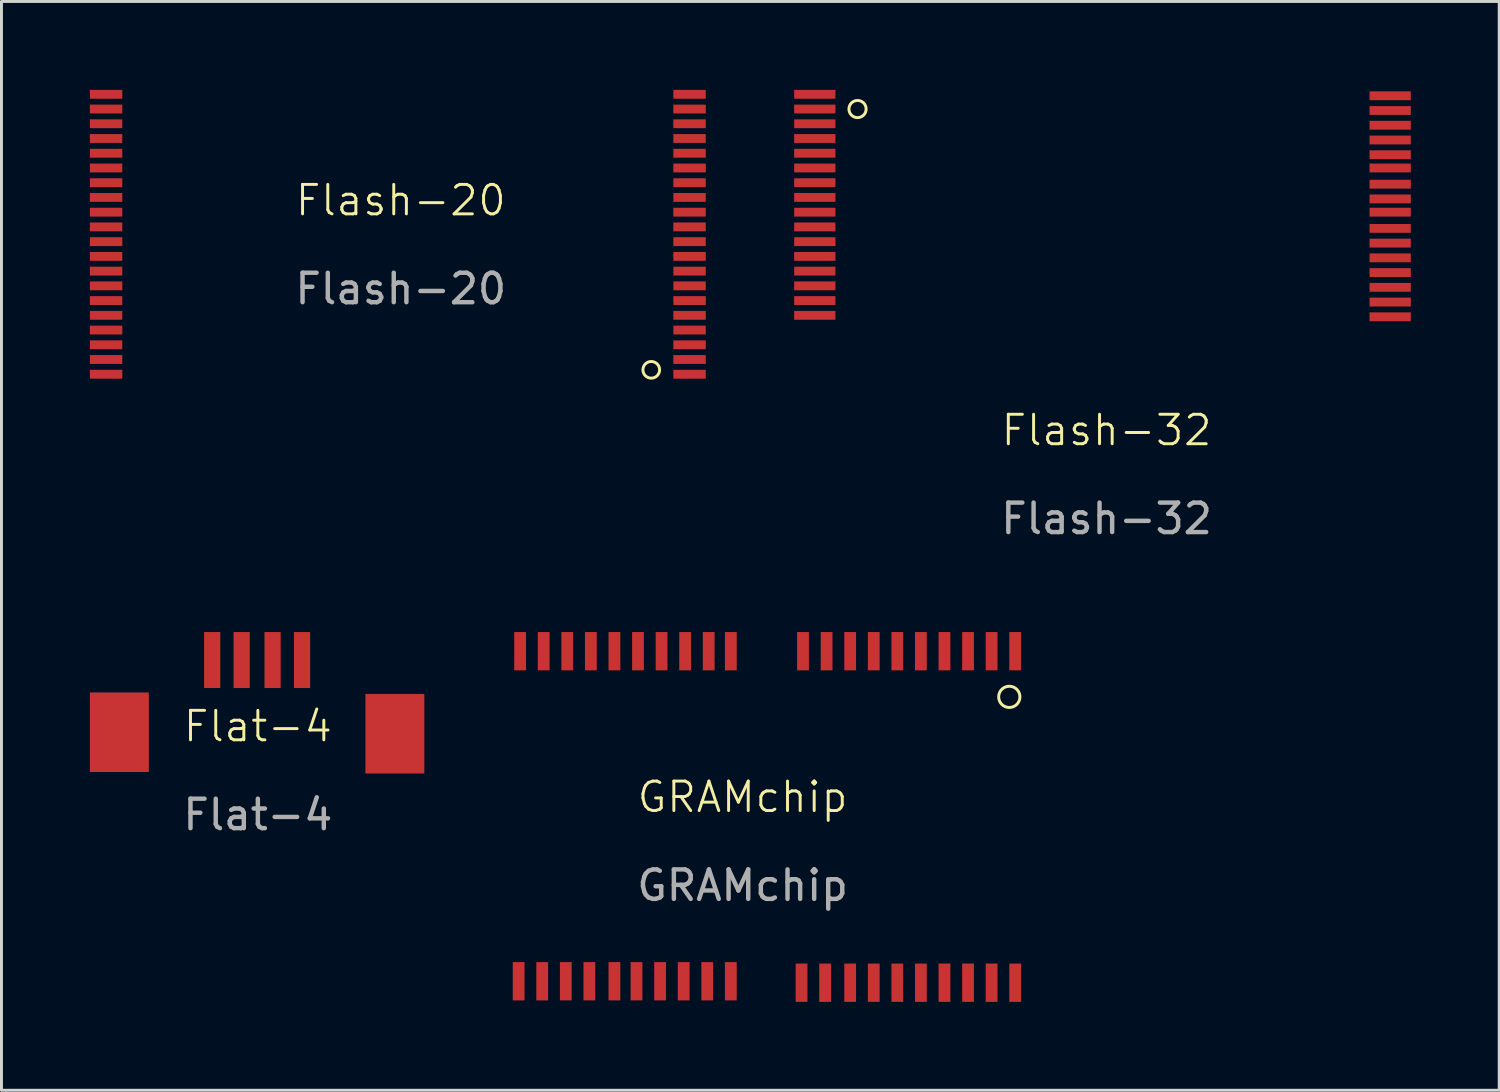
<source format=kicad_pcb>
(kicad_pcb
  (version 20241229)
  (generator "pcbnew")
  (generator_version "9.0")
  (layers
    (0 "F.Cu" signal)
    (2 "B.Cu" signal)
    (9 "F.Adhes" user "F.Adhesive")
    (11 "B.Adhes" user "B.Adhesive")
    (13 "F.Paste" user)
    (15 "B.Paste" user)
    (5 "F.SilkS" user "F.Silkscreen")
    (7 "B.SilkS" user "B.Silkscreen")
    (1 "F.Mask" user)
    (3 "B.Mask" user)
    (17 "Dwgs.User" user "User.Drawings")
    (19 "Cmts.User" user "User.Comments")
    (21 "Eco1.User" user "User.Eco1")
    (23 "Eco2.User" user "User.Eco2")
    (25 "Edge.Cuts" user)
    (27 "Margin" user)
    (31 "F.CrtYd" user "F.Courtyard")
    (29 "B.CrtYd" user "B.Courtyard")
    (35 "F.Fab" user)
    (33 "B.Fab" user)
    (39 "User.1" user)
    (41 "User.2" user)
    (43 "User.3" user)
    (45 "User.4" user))
  (footprint "Flash-20"
    (layer "F.Cu")
    (at 10.55 4.25)
    (property "Reference" "Flash-20" (at 0 -0.5 0) (unlocked yes) (layer "F.SilkS") (effects (font (size 1 1) (thickness 0.1))))
    (attr smd)
    (fp_circle (center 8.5 5.25) (end 8.3 5.05) (stroke (width 0.1) (type default)) (fill no) (layer "F.SilkS"))
    (fp_text user "${REFERENCE}" (at 0 2.5 0) (unlocked yes) (layer "F.Fab") (effects (font (size 1 1) (thickness 0.15))))
    (pad "1" smd rect (at 9.8 5.4 270) (size 0.3 1.1) (layers "F.Cu" "F.Mask" "F.Paste"))
    (pad "2" smd rect (at 9.8 4.9 270) (size 0.3 1.1) (layers "F.Cu" "F.Mask" "F.Paste"))
    (pad "3" smd rect (at 9.8 4.4 270) (size 0.3 1.1) (layers "F.Cu" "F.Mask" "F.Paste"))
    (pad "4" smd rect (at 9.8 3.9 270) (size 0.3 1.1) (layers "F.Cu" "F.Mask" "F.Paste"))
    (pad "5" smd rect (at 9.8 3.4 270) (size 0.3 1.1) (layers "F.Cu" "F.Mask" "F.Paste"))
    (pad "6" smd rect (at 9.8 2.9 270) (size 0.3 1.1) (layers "F.Cu" "F.Mask" "F.Paste"))
    (pad "7" smd rect (at 9.8 2.4 270) (size 0.3 1.1) (layers "F.Cu" "F.Mask" "F.Paste"))
    (pad "8" smd rect (at 9.8 1.9 270) (size 0.3 1.1) (layers "F.Cu" "F.Mask" "F.Paste"))
    (pad "9" smd rect (at 9.8 1.4 270) (size 0.3 1.1) (layers "F.Cu" "F.Mask" "F.Paste"))
    (pad "10" smd rect (at 9.8 0.9 270) (size 0.3 1.1) (layers "F.Cu" "F.Mask" "F.Paste"))
    (pad "11" smd rect (at 9.8 0.4 270) (size 0.3 1.1) (layers "F.Cu" "F.Mask" "F.Paste"))
    (pad "12" smd rect (at 9.8 -0.1 270) (size 0.3 1.1) (layers "F.Cu" "F.Mask" "F.Paste"))
    (pad "13" smd rect (at 9.8 -0.6 270) (size 0.3 1.1) (layers "F.Cu" "F.Mask" "F.Paste"))
    (pad "14" smd rect (at 9.8 -1.1 270) (size 0.3 1.1) (layers "F.Cu" "F.Mask" "F.Paste"))
    (pad "15" smd rect (at 9.8 -1.6 270) (size 0.3 1.1) (layers "F.Cu" "F.Mask" "F.Paste"))
    (pad "16" smd rect (at 9.8 -2.1 270) (size 0.3 1.1) (layers "F.Cu" "F.Mask" "F.Paste"))
    (pad "17" smd rect (at 9.8 -2.6 270) (size 0.3 1.1) (layers "F.Cu" "F.Mask" "F.Paste"))
    (pad "18" smd rect (at 9.8 -3.1 270) (size 0.3 1.1) (layers "F.Cu" "F.Mask" "F.Paste"))
    (pad "19" smd rect (at 9.8 -3.6 270) (size 0.3 1.1) (layers "F.Cu" "F.Mask" "F.Paste"))
    (pad "20" smd rect (at 9.8 -4.1 270) (size 0.3 1.1) (layers "F.Cu" "F.Mask" "F.Paste"))
    (pad "21" smd rect (at -10 -4.1 270) (size 0.3 1.1) (layers "F.Cu" "F.Mask" "F.Paste"))
    (pad "22" smd rect (at -10 -3.6 270) (size 0.3 1.1) (layers "F.Cu" "F.Mask" "F.Paste"))
    (pad "23" smd rect (at -10 -3.1 270) (size 0.3 1.1) (layers "F.Cu" "F.Mask" "F.Paste"))
    (pad "24" smd rect (at -10 -2.6 270) (size 0.3 1.1) (layers "F.Cu" "F.Mask" "F.Paste"))
    (pad "25" smd rect (at -10 -2.1 270) (size 0.3 1.1) (layers "F.Cu" "F.Mask" "F.Paste"))
    (pad "26" smd rect (at -10 -1.6 270) (size 0.3 1.1) (layers "F.Cu" "F.Mask" "F.Paste"))
    (pad "27" smd rect (at -10 -1.1 270) (size 0.3 1.1) (layers "F.Cu" "F.Mask" "F.Paste"))
    (pad "28" smd rect (at -10 -0.6 270) (size 0.3 1.1) (layers "F.Cu" "F.Mask" "F.Paste"))
    (pad "29" smd rect (at -10 -0.1 270) (size 0.3 1.1) (layers "F.Cu" "F.Mask" "F.Paste"))
    (pad "30" smd rect (at -10 0.4 270) (size 0.3 1.1) (layers "F.Cu" "F.Mask" "F.Paste"))
    (pad "31" smd rect (at -10 0.9 270) (size 0.3 1.1) (layers "F.Cu" "F.Mask" "F.Paste"))
    (pad "32" smd rect (at -10 1.4 270) (size 0.3 1.1) (layers "F.Cu" "F.Mask" "F.Paste"))
    (pad "33" smd rect (at -10 1.9 270) (size 0.3 1.1) (layers "F.Cu" "F.Mask" "F.Paste"))
    (pad "34" smd rect (at -10 2.4 270) (size 0.3 1.1) (layers "F.Cu" "F.Mask" "F.Paste"))
    (pad "35" smd rect (at -10 2.9 270) (size 0.3 1.1) (layers "F.Cu" "F.Mask" "F.Paste"))
    (pad "36" smd rect (at -10 3.4 270) (size 0.3 1.1) (layers "F.Cu" "F.Mask" "F.Paste"))
    (pad "37" smd rect (at -10 3.9 270) (size 0.3 1.1) (layers "F.Cu" "F.Mask" "F.Paste"))
    (pad "38" smd rect (at -10 4.4 270) (size 0.3 1.1) (layers "F.Cu" "F.Mask" "F.Paste"))
    (pad "39" smd rect (at -10 4.9 270) (size 0.3 1.1) (layers "F.Cu" "F.Mask" "F.Paste"))
    (pad "40" smd rect (at -10 5.4 270) (size 0.3 1.1) (layers "F.Cu" "F.Mask" "F.Paste")))
  (footprint "Flash-32"
    (layer "F.Cu")
    (at 34.6 4.35)
    (property "Reference" "Flash-32" (at -0.1 7.2 0) (unlocked yes) (layer "F.SilkS") (effects (font (size 1 1) (thickness 0.1))))
    (attr smd)
    (fp_circle (center -8.55 -3.7) (end -8.4 -3.95) (stroke (width 0.1) (type default)) (fill no) (layer "F.SilkS"))
    (fp_text user "${REFERENCE}" (at -0.1 10.2 0) (unlocked yes) (layer "F.Fab") (effects (font (size 1 1) (thickness 0.15))))
    (pad "1" smd rect (at -10 -4.2) (size 1.4 0.3) (layers "F.Cu" "F.Mask" "F.Paste"))
    (pad "2" smd rect (at -10 -3.7) (size 1.4 0.3) (layers "F.Cu" "F.Mask" "F.Paste"))
    (pad "3" smd rect (at -10 -3.2) (size 1.4 0.3) (layers "F.Cu" "F.Mask" "F.Paste"))
    (pad "4" smd rect (at -10 -2.7) (size 1.4 0.3) (layers "F.Cu" "F.Mask" "F.Paste"))
    (pad "5" smd rect (at -10 -2.2) (size 1.4 0.3) (layers "F.Cu" "F.Mask" "F.Paste"))
    (pad "6" smd rect (at -10 -1.7) (size 1.4 0.3) (layers "F.Cu" "F.Mask" "F.Paste"))
    (pad "7" smd rect (at -10 -1.2) (size 1.4 0.3) (layers "F.Cu" "F.Mask" "F.Paste"))
    (pad "8" smd rect (at -10 -0.7) (size 1.4 0.3) (layers "F.Cu" "F.Mask" "F.Paste"))
    (pad "9" smd rect (at -10 -0.2) (size 1.4 0.3) (layers "F.Cu" "F.Mask" "F.Paste"))
    (pad "10" smd rect (at -10 0.3) (size 1.4 0.3) (layers "F.Cu" "F.Mask" "F.Paste"))
    (pad "11" smd rect (at -10 0.8) (size 1.4 0.3) (layers "F.Cu" "F.Mask" "F.Paste"))
    (pad "12" smd rect (at -10 1.3) (size 1.4 0.3) (layers "F.Cu" "F.Mask" "F.Paste"))
    (pad "13" smd rect (at -10 1.8) (size 1.4 0.3) (layers "F.Cu" "F.Mask" "F.Paste"))
    (pad "14" smd rect (at -10 2.3) (size 1.4 0.3) (layers "F.Cu" "F.Mask" "F.Paste"))
    (pad "15" smd rect (at -10 2.8) (size 1.4 0.3) (layers "F.Cu" "F.Mask" "F.Paste"))
    (pad "16" smd rect (at -10 3.3) (size 1.4 0.3) (layers "F.Cu" "F.Mask" "F.Paste"))
    (pad "17" smd rect (at 9.525 3.35) (size 1.4 0.3) (layers "F.Cu" "F.Mask" "F.Paste"))
    (pad "18" smd rect (at 9.525 2.85) (size 1.4 0.3) (layers "F.Cu" "F.Mask" "F.Paste"))
    (pad "19" smd rect (at 9.525 2.35) (size 1.4 0.3) (layers "F.Cu" "F.Mask" "F.Paste"))
    (pad "20" smd rect (at 9.525 1.85) (size 1.4 0.3) (layers "F.Cu" "F.Mask" "F.Paste"))
    (pad "21" smd rect (at 9.525 1.35) (size 1.4 0.3) (layers "F.Cu" "F.Mask" "F.Paste"))
    (pad "22" smd rect (at 9.525 0.85) (size 1.4 0.3) (layers "F.Cu" "F.Mask" "F.Paste"))
    (pad "23" smd rect (at 9.525 0.35) (size 1.4 0.3) (layers "F.Cu" "F.Mask" "F.Paste"))
    (pad "24" smd rect (at 9.525 -0.2) (size 1.4 0.3) (layers "F.Cu" "F.Mask" "F.Paste"))
    (pad "25" smd rect (at 9.525 -0.65) (size 1.4 0.3) (layers "F.Cu" "F.Mask" "F.Paste"))
    (pad "26" smd rect (at 9.525 -1.15) (size 1.4 0.3) (layers "F.Cu" "F.Mask" "F.Paste"))
    (pad "27" smd rect (at 9.525 -1.7) (size 1.4 0.3) (layers "F.Cu" "F.Mask" "F.Paste"))
    (pad "28" smd rect (at 9.525 -2.15) (size 1.4 0.3) (layers "F.Cu" "F.Mask" "F.Paste"))
    (pad "29" smd rect (at 9.525 -2.65) (size 1.4 0.3) (layers "F.Cu" "F.Mask" "F.Paste"))
    (pad "30" smd rect (at 9.525 -3.15) (size 1.4 0.3) (layers "F.Cu" "F.Mask" "F.Paste"))
    (pad "31" smd rect (at 9.525 -3.65) (size 1.4 0.3) (layers "F.Cu" "F.Mask" "F.Paste"))
    (pad "32" smd rect (at 9.525 -4.15) (size 1.4 0.3) (layers "F.Cu" "F.Mask" "F.Paste")))
  (footprint "Flat-4"
    (layer "F.Cu")
    (at 5.7 22.098)
    (property "Reference" "Flat-4" (at 0 -0.5 0) (unlocked yes) (layer "F.SilkS") (effects (font (size 1 1) (thickness 0.1))))
    (attr smd)
    (fp_text user "${REFERENCE}" (at 0 2.5 0) (unlocked yes) (layer "F.Fab") (effects (font (size 1 1) (thickness 0.15))))
    (pad "1" smd rect (at -1.55 -2.75 270) (size 1.9 0.55) (layers "F.Cu" "F.Mask" "F.Paste"))
    (pad "2" smd rect (at -0.55 -2.75 270) (size 1.9 0.55) (layers "F.Cu" "F.Mask" "F.Paste"))
    (pad "3" smd rect (at 0.5 -2.75 270) (size 1.9 0.55) (layers "F.Cu" "F.Mask" "F.Paste"))
    (pad "4" smd rect (at 1.5 -2.75 270) (size 1.9 0.55) (layers "F.Cu" "F.Mask" "F.Paste"))
    (pad "5" smd rect (at 4.65 -0.25 270) (size 2.7 2) (layers "F.Cu" "F.Mask" "F.Paste"))
    (pad "6" smd rect (at -4.7 -0.3 270) (size 2.7 2) (layers "F.Cu" "F.Mask" "F.Paste")))
  (footprint "GRAMchip"
    (layer "F.Cu")
    (at 23 24.548)
    (property "Reference" "GRAMchip" (at -0.85 -0.55 0) (unlocked yes) (layer "F.SilkS") (effects (font (size 1 1) (thickness 0.1))))
    (attr smd)
    (fp_circle (center 8.2 -3.95) (end 8.5 -3.75) (stroke (width 0.1) (type default)) (fill no) (layer "F.SilkS"))
    (fp_text user "${REFERENCE}" (at -0.85 2.45 0) (unlocked yes) (layer "F.Fab") (effects (font (size 1 1) (thickness 0.15))))
    (pad "1" smd rect (at 8.4 -5.5 270) (size 1.3 0.4) (layers "F.Cu" "F.Mask" "F.Paste"))
    (pad "2" smd rect (at 7.6 -5.5 270) (size 1.3 0.4) (layers "F.Cu" "F.Mask" "F.Paste"))
    (pad "3" smd rect (at 6.8 -5.5 270) (size 1.3 0.4) (layers "F.Cu" "F.Mask" "F.Paste"))
    (pad "4" smd rect (at 6 -5.5 270) (size 1.3 0.4) (layers "F.Cu" "F.Mask" "F.Paste"))
    (pad "5" smd rect (at 5.2 -5.5 270) (size 1.3 0.4) (layers "F.Cu" "F.Mask" "F.Paste"))
    (pad "6" smd rect (at 4.4 -5.5 270) (size 1.3 0.4) (layers "F.Cu" "F.Mask" "F.Paste"))
    (pad "7" smd rect (at 3.6 -5.5 270) (size 1.3 0.4) (layers "F.Cu" "F.Mask" "F.Paste"))
    (pad "8" smd rect (at 2.8 -5.5 270) (size 1.3 0.4) (layers "F.Cu" "F.Mask" "F.Paste"))
    (pad "9" smd rect (at 2 -5.5 270) (size 1.3 0.4) (layers "F.Cu" "F.Mask" "F.Paste"))
    (pad "10" smd rect (at 1.2 -5.5 270) (size 1.3 0.4) (layers "F.Cu" "F.Mask" "F.Paste"))
    (pad "11" smd rect (at -1.25 -5.5 270) (size 1.3 0.4) (layers "F.Cu" "F.Mask" "F.Paste"))
    (pad "12" smd rect (at -2 -5.5 270) (size 1.3 0.4) (layers "F.Cu" "F.Mask" "F.Paste"))
    (pad "13" smd rect (at -2.8 -5.5 270) (size 1.3 0.4) (layers "F.Cu" "F.Mask" "F.Paste"))
    (pad "14" smd rect (at -3.6 -5.5 270) (size 1.3 0.4) (layers "F.Cu" "F.Mask" "F.Paste"))
    (pad "15" smd rect (at -4.4 -5.5 270) (size 1.3 0.4) (layers "F.Cu" "F.Mask" "F.Paste"))
    (pad "16" smd rect (at -5.2 -5.5 270) (size 1.3 0.4) (layers "F.Cu" "F.Mask" "F.Paste"))
    (pad "17" smd rect (at -6 -5.5 270) (size 1.3 0.4) (layers "F.Cu" "F.Mask" "F.Paste"))
    (pad "18" smd rect (at -6.8 -5.5 270) (size 1.3 0.4) (layers "F.Cu" "F.Mask" "F.Paste"))
    (pad "19" smd rect (at -7.6 -5.5 270) (size 1.3 0.4) (layers "F.Cu" "F.Mask" "F.Paste"))
    (pad "20" smd rect (at -8.4 -5.5 270) (size 1.3 0.4) (layers "F.Cu" "F.Mask" "F.Paste"))
    (pad "21" smd rect (at -8.45 5.7 270) (size 1.3 0.4) (layers "F.Cu" "F.Mask" "F.Paste"))
    (pad "22" smd rect (at -7.65 5.7 270) (size 1.3 0.4) (layers "F.Cu" "F.Mask" "F.Paste"))
    (pad "23" smd rect (at -6.85 5.7 270) (size 1.3 0.4) (layers "F.Cu" "F.Mask" "F.Paste"))
    (pad "24" smd rect (at -6.05 5.7 270) (size 1.3 0.4) (layers "F.Cu" "F.Mask" "F.Paste"))
    (pad "25" smd rect (at -5.2 5.7 270) (size 1.3 0.4) (layers "F.Cu" "F.Mask" "F.Paste"))
    (pad "26" smd rect (at -4.45 5.7 270) (size 1.3 0.4) (layers "F.Cu" "F.Mask" "F.Paste"))
    (pad "27" smd rect (at -3.65 5.7 270) (size 1.3 0.4) (layers "F.Cu" "F.Mask" "F.Paste"))
    (pad "28" smd rect (at -2.85 5.7 270) (size 1.3 0.4) (layers "F.Cu" "F.Mask" "F.Paste"))
    (pad "29" smd rect (at -2.05 5.7 270) (size 1.3 0.4) (layers "F.Cu" "F.Mask" "F.Paste"))
    (pad "30" smd rect (at -1.25 5.7 270) (size 1.3 0.4) (layers "F.Cu" "F.Mask" "F.Paste"))
    (pad "31" smd rect (at 1.15 5.75 270) (size 1.3 0.4) (layers "F.Cu" "F.Mask" "F.Paste"))
    (pad "32" smd rect (at 1.95 5.75 270) (size 1.3 0.4) (layers "F.Cu" "F.Mask" "F.Paste"))
    (pad "33" smd rect (at 2.8 5.75 270) (size 1.3 0.4) (layers "F.Cu" "F.Mask" "F.Paste"))
    (pad "34" smd rect (at 3.6 5.75 270) (size 1.3 0.4) (layers "F.Cu" "F.Mask" "F.Paste"))
    (pad "35" smd rect (at 4.4 5.75 270) (size 1.3 0.4) (layers "F.Cu" "F.Mask" "F.Paste"))
    (pad "36" smd rect (at 5.2 5.75 270) (size 1.3 0.4) (layers "F.Cu" "F.Mask" "F.Paste"))
    (pad "37" smd rect (at 6 5.75 270) (size 1.3 0.4) (layers "F.Cu" "F.Mask" "F.Paste"))
    (pad "38" smd rect (at 6.8 5.75 270) (size 1.3 0.4) (layers "F.Cu" "F.Mask" "F.Paste"))
    (pad "39" smd rect (at 7.6 5.75 270) (size 1.3 0.4) (layers "F.Cu" "F.Mask" "F.Paste"))
    (pad "40" smd rect (at 8.4 5.75 270) (size 1.3 0.4) (layers "F.Cu" "F.Mask" "F.Paste")))
  (gr_rect
    (start -3 -3)
    (end 47.825 33.948)
    (stroke (width 0.1) (type default))
    (fill no)
    (layer "Edge.Cuts")))
</source>
